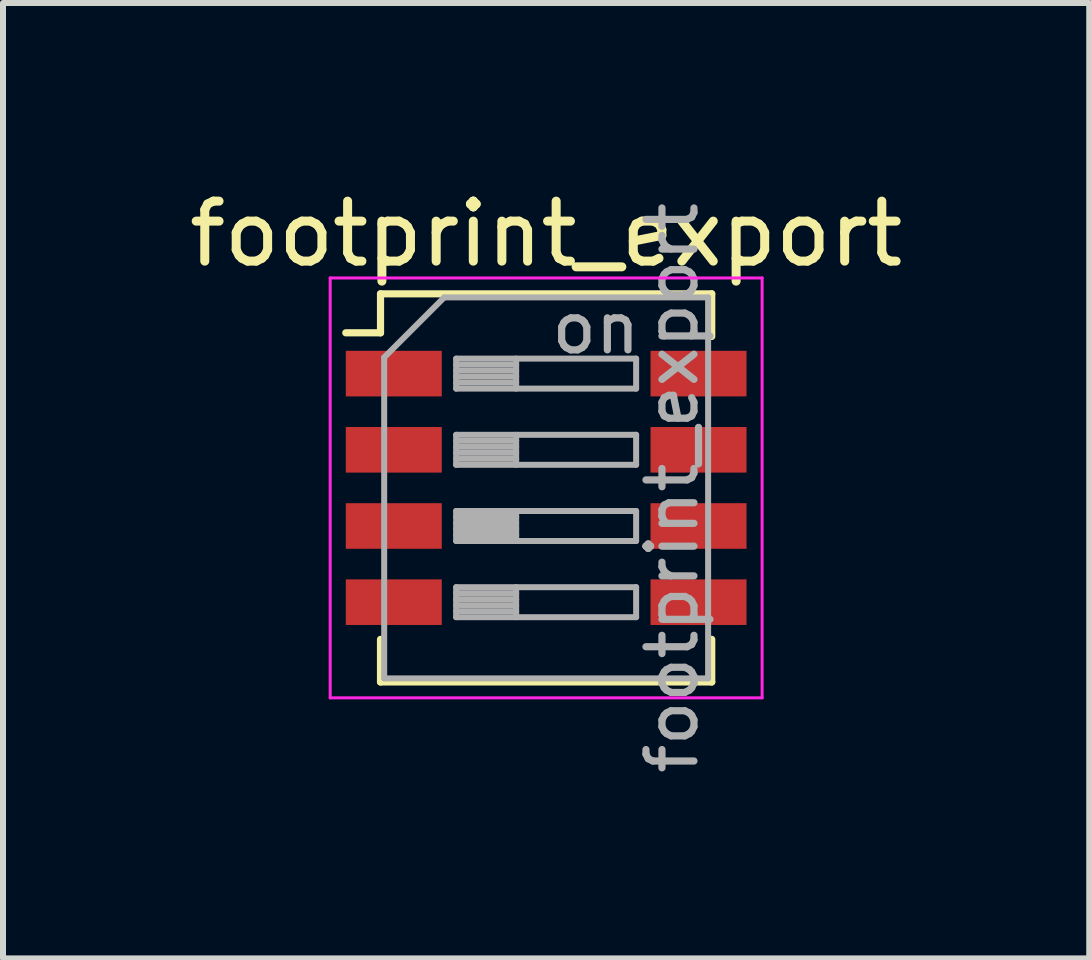
<source format=kicad_pcb>
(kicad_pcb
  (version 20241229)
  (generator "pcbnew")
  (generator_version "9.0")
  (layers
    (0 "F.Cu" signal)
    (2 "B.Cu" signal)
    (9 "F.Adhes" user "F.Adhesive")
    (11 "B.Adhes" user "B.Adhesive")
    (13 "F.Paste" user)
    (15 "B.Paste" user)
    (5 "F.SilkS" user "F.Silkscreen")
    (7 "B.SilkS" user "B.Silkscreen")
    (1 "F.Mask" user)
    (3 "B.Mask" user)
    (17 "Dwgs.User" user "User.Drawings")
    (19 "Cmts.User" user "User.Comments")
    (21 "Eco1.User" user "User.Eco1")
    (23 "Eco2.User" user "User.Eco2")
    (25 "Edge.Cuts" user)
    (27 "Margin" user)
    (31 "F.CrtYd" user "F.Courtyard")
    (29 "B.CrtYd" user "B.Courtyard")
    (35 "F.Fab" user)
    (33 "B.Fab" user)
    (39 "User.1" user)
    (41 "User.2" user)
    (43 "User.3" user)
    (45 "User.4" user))
  (footprint "footprint_export"
    (layer "F.Cu")
    (at 6.054 5.083)
    (property "Reference" "footprint_export" (at 0 -4.235 0) (layer "F.SilkS") (effects (font (size 1 1) (thickness 0.15))))
    (attr smd)
    (fp_line (start -3.34 -2.585) (end -2.761 -2.585) (stroke (width 0.12) (type solid)) (layer "F.SilkS"))
    (fp_line (start -2.761 -3.235) (end -2.761 -2.585) (stroke (width 0.12) (type solid)) (layer "F.SilkS"))
    (fp_line (start -2.761 -3.235) (end 2.76 -3.235) (stroke (width 0.12) (type solid)) (layer "F.SilkS"))
    (fp_line (start -2.761 2.525) (end -2.761 3.235) (stroke (width 0.12) (type solid)) (layer "F.SilkS"))
    (fp_line (start -2.761 3.235) (end 2.76 3.235) (stroke (width 0.12) (type solid)) (layer "F.SilkS"))
    (fp_line (start 2.76 -3.235) (end 2.76 -2.525) (stroke (width 0.12) (type solid)) (layer "F.SilkS"))
    (fp_line (start 2.76 2.525) (end 2.76 3.235) (stroke (width 0.12) (type solid)) (layer "F.SilkS"))
    (fp_line (start -3.6 -3.5) (end -3.6 3.5) (stroke (width 0.05) (type solid)) (layer "F.CrtYd"))
    (fp_line (start -3.6 3.5) (end 3.6 3.5) (stroke (width 0.05) (type solid)) (layer "F.CrtYd"))
    (fp_line (start 3.6 -3.5) (end -3.6 -3.5) (stroke (width 0.05) (type solid)) (layer "F.CrtYd"))
    (fp_line (start 3.6 3.5) (end 3.6 -3.5) (stroke (width 0.05) (type solid)) (layer "F.CrtYd"))
    (fp_line (start -2.7 -2.175) (end -1.7 -3.175) (stroke (width 0.1) (type solid)) (layer "F.Fab"))
    (fp_line (start -2.7 3.175) (end -2.7 -2.175) (stroke (width 0.1) (type solid)) (layer "F.Fab"))
    (fp_line (start -1.7 -3.175) (end 2.7 -3.175) (stroke (width 0.1) (type solid)) (layer "F.Fab"))
    (fp_line (start -1.5 -2.155) (end -1.5 -1.655) (stroke (width 0.1) (type solid)) (layer "F.Fab"))
    (fp_line (start -1.5 -2.055) (end -0.5 -2.055) (stroke (width 0.1) (type solid)) (layer "F.Fab"))
    (fp_line (start -1.5 -1.955) (end -0.5 -1.955) (stroke (width 0.1) (type solid)) (layer "F.Fab"))
    (fp_line (start -1.5 -1.855) (end -0.5 -1.855) (stroke (width 0.1) (type solid)) (layer "F.Fab"))
    (fp_line (start -1.5 -1.755) (end -0.5 -1.755) (stroke (width 0.1) (type solid)) (layer "F.Fab"))
    (fp_line (start -1.5 -1.655) (end 1.5 -1.655) (stroke (width 0.1) (type solid)) (layer "F.Fab"))
    (fp_line (start -1.5 -0.885) (end -1.5 -0.385) (stroke (width 0.1) (type solid)) (layer "F.Fab"))
    (fp_line (start -1.5 -0.785) (end -0.5 -0.785) (stroke (width 0.1) (type solid)) (layer "F.Fab"))
    (fp_line (start -1.5 -0.685) (end -0.5 -0.685) (stroke (width 0.1) (type solid)) (layer "F.Fab"))
    (fp_line (start -1.5 -0.585) (end -0.5 -0.585) (stroke (width 0.1) (type solid)) (layer "F.Fab"))
    (fp_line (start -1.5 -0.485) (end -0.5 -0.485) (stroke (width 0.1) (type solid)) (layer "F.Fab"))
    (fp_line (start -1.5 -0.385) (end 1.5 -0.385) (stroke (width 0.1) (type solid)) (layer "F.Fab"))
    (fp_line (start -1.5 0.385) (end -1.5 0.885) (stroke (width 0.1) (type solid)) (layer "F.Fab"))
    (fp_line (start -1.5 0.485) (end -0.5 0.485) (stroke (width 0.1) (type solid)) (layer "F.Fab"))
    (fp_line (start -1.5 0.585) (end -0.5 0.585) (stroke (width 0.1) (type solid)) (layer "F.Fab"))
    (fp_line (start -1.5 0.685) (end -0.5 0.685) (stroke (width 0.1) (type solid)) (layer "F.Fab"))
    (fp_line (start -1.5 0.785) (end -0.5 0.785) (stroke (width 0.1) (type solid)) (layer "F.Fab"))
    (fp_line (start -1.5 0.885) (end 1.5 0.885) (stroke (width 0.1) (type solid)) (layer "F.Fab"))
    (fp_line (start -1.5 1.655) (end -1.5 2.155) (stroke (width 0.1) (type solid)) (layer "F.Fab"))
    (fp_line (start -1.5 1.755) (end -0.5 1.755) (stroke (width 0.1) (type solid)) (layer "F.Fab"))
    (fp_line (start -1.5 1.855) (end -0.5 1.855) (stroke (width 0.1) (type solid)) (layer "F.Fab"))
    (fp_line (start -1.5 1.955) (end -0.5 1.955) (stroke (width 0.1) (type solid)) (layer "F.Fab"))
    (fp_line (start -1.5 2.055) (end -0.5 2.055) (stroke (width 0.1) (type solid)) (layer "F.Fab"))
    (fp_line (start -1.5 2.155) (end 1.5 2.155) (stroke (width 0.1) (type solid)) (layer "F.Fab"))
    (fp_line (start -0.5 -2.155) (end -0.5 -1.655) (stroke (width 0.1) (type solid)) (layer "F.Fab"))
    (fp_line (start -0.5 -0.885) (end -0.5 -0.385) (stroke (width 0.1) (type solid)) (layer "F.Fab"))
    (fp_line (start -0.5 0.385) (end -0.5 0.885) (stroke (width 0.1) (type solid)) (layer "F.Fab"))
    (fp_line (start -0.5 1.655) (end -0.5 2.155) (stroke (width 0.1) (type solid)) (layer "F.Fab"))
    (fp_line (start 1.5 -2.155) (end -1.5 -2.155) (stroke (width 0.1) (type solid)) (layer "F.Fab"))
    (fp_line (start 1.5 -1.655) (end 1.5 -2.155) (stroke (width 0.1) (type solid)) (layer "F.Fab"))
    (fp_line (start 1.5 -0.885) (end -1.5 -0.885) (stroke (width 0.1) (type solid)) (layer "F.Fab"))
    (fp_line (start 1.5 -0.385) (end 1.5 -0.885) (stroke (width 0.1) (type solid)) (layer "F.Fab"))
    (fp_line (start 1.5 0.385) (end -1.5 0.385) (stroke (width 0.1) (type solid)) (layer "F.Fab"))
    (fp_line (start 1.5 0.885) (end 1.5 0.385) (stroke (width 0.1) (type solid)) (layer "F.Fab"))
    (fp_line (start 1.5 1.655) (end -1.5 1.655) (stroke (width 0.1) (type solid)) (layer "F.Fab"))
    (fp_line (start 1.5 2.155) (end 1.5 1.655) (stroke (width 0.1) (type solid)) (layer "F.Fab"))
    (fp_line (start 2.7 -3.175) (end 2.7 3.175) (stroke (width 0.1) (type solid)) (layer "F.Fab"))
    (fp_line (start 2.7 3.175) (end -2.7 3.175) (stroke (width 0.1) (type solid)) (layer "F.Fab"))
    (fp_text user "${REFERENCE}" (at 2.1 0 90) (layer "F.Fab") (effects (font (size 0.8 0.8) (thickness 0.12))))
    (fp_text user "on" (at 0.83 -2.665 0) (layer "F.Fab") (effects (font (size 0.8 0.8) (thickness 0.12))))
    (pad "1" smd rect (at -2.54 -1.905) (size 1.6 0.76) (layers "F.Cu" "F.Mask" "F.Paste"))
    (pad "2" smd rect (at -2.54 -0.635) (size 1.6 0.76) (layers "F.Cu" "F.Mask" "F.Paste"))
    (pad "3" smd rect (at -2.54 0.635) (size 1.6 0.76) (layers "F.Cu" "F.Mask" "F.Paste"))
    (pad "4" smd rect (at -2.54 1.905) (size 1.6 0.76) (layers "F.Cu" "F.Mask" "F.Paste"))
    (pad "5" smd rect (at 2.54 1.905) (size 1.6 0.76) (layers "F.Cu" "F.Mask" "F.Paste"))
    (pad "6" smd rect (at 2.54 0.635) (size 1.6 0.76) (layers "F.Cu" "F.Mask" "F.Paste"))
    (pad "7" smd rect (at 2.54 -0.635) (size 1.6 0.76) (layers "F.Cu" "F.Mask" "F.Paste"))
    (pad "8" smd rect (at 2.54 -1.905) (size 1.6 0.76) (layers "F.Cu" "F.Mask" "F.Paste")))
  (gr_rect
    (start -3 -3)
    (end 15.107 12.926)
    (stroke (width 0.1) (type default))
    (fill no)
    (layer "Edge.Cuts")))
</source>
